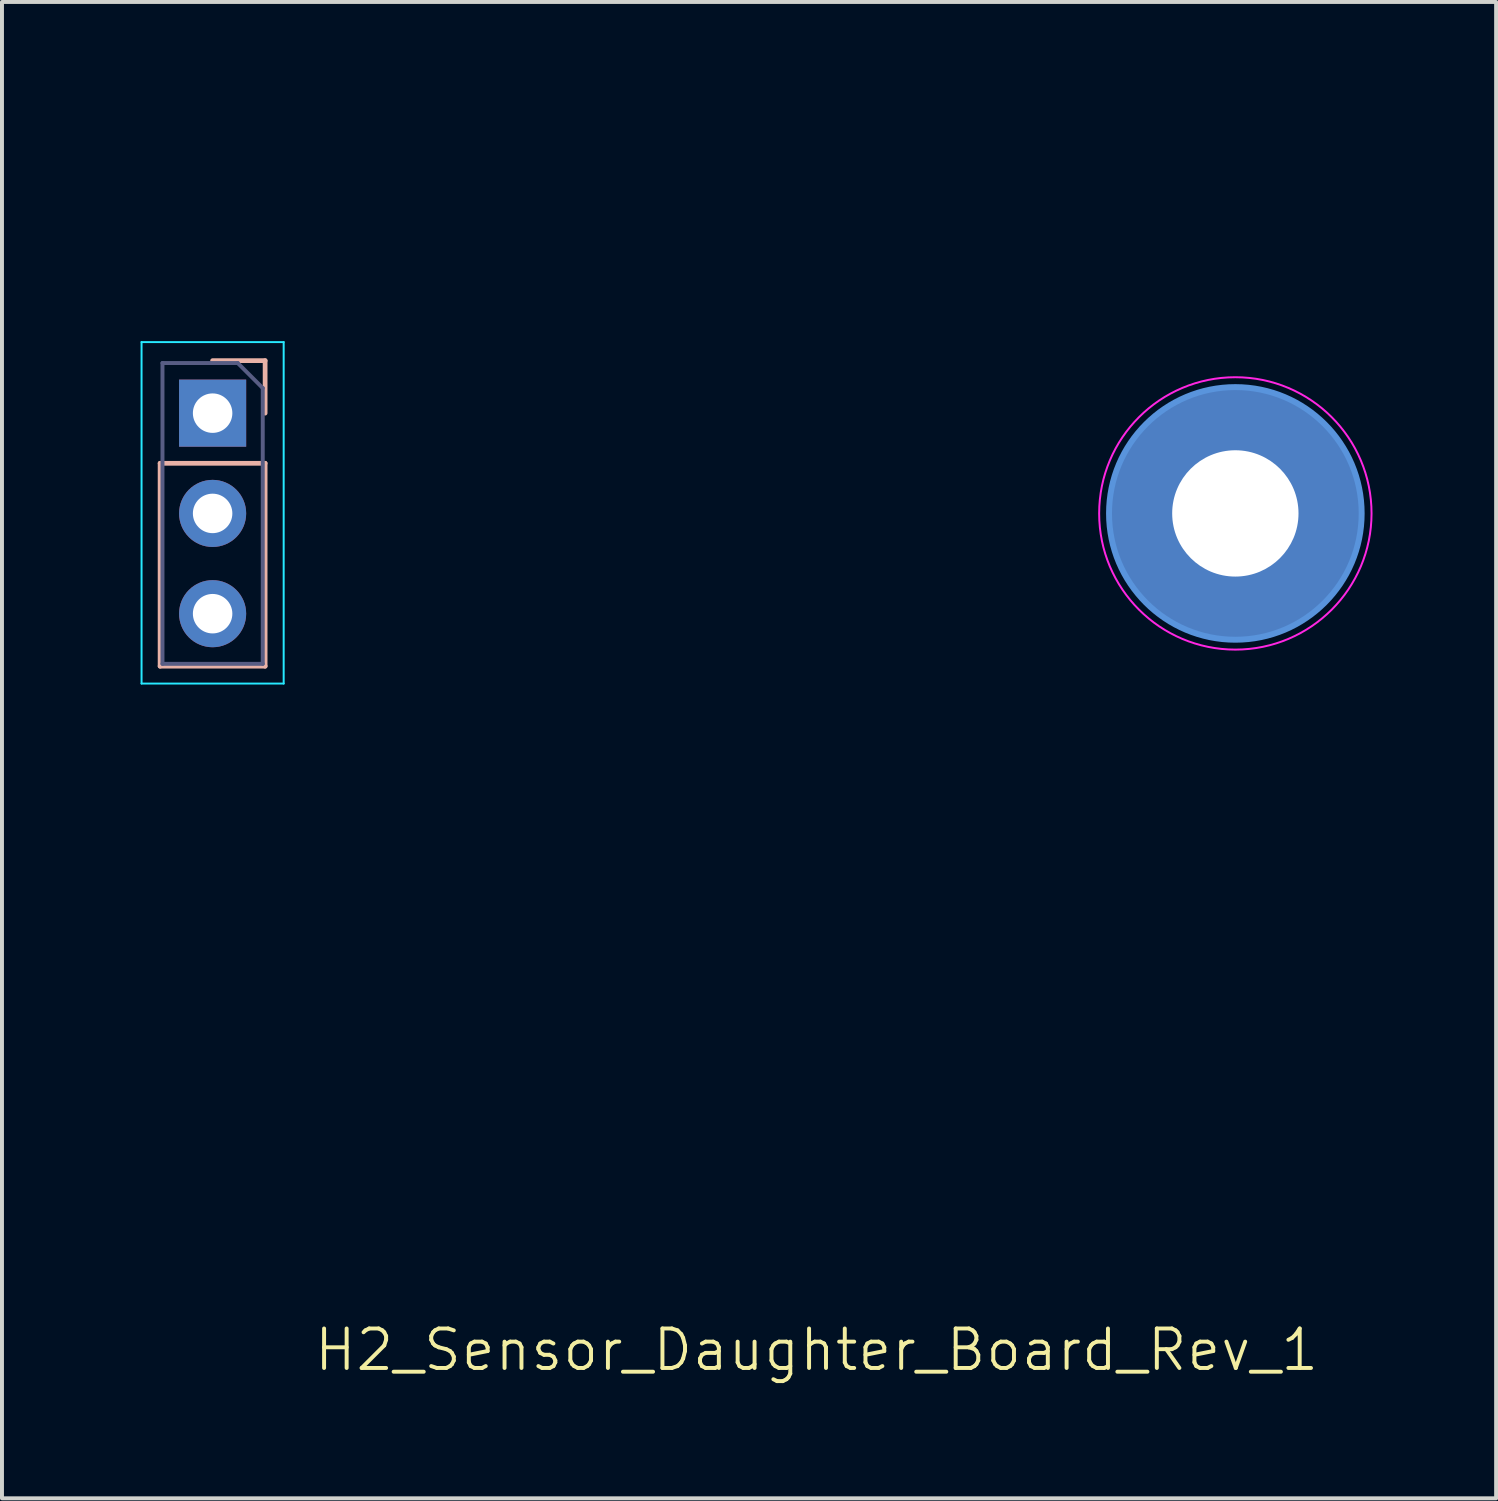
<source format=kicad_pcb>
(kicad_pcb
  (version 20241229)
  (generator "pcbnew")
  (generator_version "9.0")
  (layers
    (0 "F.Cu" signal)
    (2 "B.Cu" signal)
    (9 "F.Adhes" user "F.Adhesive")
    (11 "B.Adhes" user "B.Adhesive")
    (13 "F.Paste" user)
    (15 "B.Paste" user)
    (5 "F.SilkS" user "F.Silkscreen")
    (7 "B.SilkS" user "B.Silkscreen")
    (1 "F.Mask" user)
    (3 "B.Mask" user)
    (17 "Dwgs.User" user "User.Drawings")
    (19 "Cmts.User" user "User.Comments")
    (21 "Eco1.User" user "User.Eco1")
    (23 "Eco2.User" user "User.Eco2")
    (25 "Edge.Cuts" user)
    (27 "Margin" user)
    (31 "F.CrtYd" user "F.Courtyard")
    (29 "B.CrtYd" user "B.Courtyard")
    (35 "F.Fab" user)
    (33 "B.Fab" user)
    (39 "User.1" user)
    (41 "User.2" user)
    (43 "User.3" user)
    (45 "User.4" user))
  (footprint "H2_Sensor_Daughter_Board_Rev_1"
    (layer "F.Cu")
    (at 2.336 9.956)
    (property "Reference" "H2_Sensor_Daughter_Board_Rev_1" (at 15.3 21.19 0) (unlocked yes) (layer "F.SilkS") (effects (font (size 1 1) (thickness 0.1))))
    (attr through_hole)
    (fp_line (start -1.33 -1.27) (end -1.33 3.87) (stroke (width 0.12) (type solid)) (layer "B.SilkS"))
    (fp_line (start 1.33 -3.87) (end 0 -3.87) (stroke (width 0.12) (type solid)) (layer "B.SilkS"))
    (fp_line (start 1.33 -2.54) (end 1.33 -3.87) (stroke (width 0.12) (type solid)) (layer "B.SilkS"))
    (fp_line (start 1.33 -1.27) (end -1.33 -1.27) (stroke (width 0.12) (type solid)) (layer "B.SilkS"))
    (fp_line (start 1.33 -1.27) (end 1.33 3.87) (stroke (width 0.12) (type solid)) (layer "B.SilkS"))
    (fp_line (start 1.33 3.87) (end -1.33 3.87) (stroke (width 0.12) (type solid)) (layer "B.SilkS"))
    (fp_circle (center 25.908 0) (end 29.108 0) (stroke (width 0.15) (type solid)) (fill no) (layer "Cmts.User"))
    (fp_line (start -1.8 -4.34) (end 1.8 -4.34) (stroke (width 0.05) (type solid)) (layer "B.CrtYd"))
    (fp_line (start -1.8 4.31) (end -1.8 -4.34) (stroke (width 0.05) (type solid)) (layer "B.CrtYd"))
    (fp_line (start 1.8 -4.34) (end 1.8 4.31) (stroke (width 0.05) (type solid)) (layer "B.CrtYd"))
    (fp_line (start 1.8 4.31) (end -1.8 4.31) (stroke (width 0.05) (type solid)) (layer "B.CrtYd"))
    (fp_circle (center 25.908 0) (end 29.358 0) (stroke (width 0.05) (type solid)) (fill no) (layer "F.CrtYd"))
    (fp_line (start -1.27 -3.81) (end -1.27 3.81) (stroke (width 0.1) (type solid)) (layer "B.Fab"))
    (fp_line (start -1.27 3.81) (end 1.27 3.81) (stroke (width 0.1) (type solid)) (layer "B.Fab"))
    (fp_line (start 0.635 -3.81) (end -1.27 -3.81) (stroke (width 0.1) (type solid)) (layer "B.Fab"))
    (fp_line (start 1.27 -3.175) (end 0.635 -3.81) (stroke (width 0.1) (type solid)) (layer "B.Fab"))
    (fp_line (start 1.27 3.81) (end 1.27 -3.175) (stroke (width 0.1) (type solid)) (layer "B.Fab"))
    (fp_line (start -2.286 5.414) (end -2.286 -4.906) (stroke (width 0.1) (type default)) (layer "User.1"))
    (fp_line (start 2.714 -9.906) (end 24.464 -9.906) (stroke (width 0.1) (type default)) (layer "User.1"))
    (fp_line (start 24.464 10.414) (end 2.714 10.414) (stroke (width 0.1) (type default)) (layer "User.1"))
    (fp_line (start 29.464 -4.906) (end 29.464 5.414) (stroke (width 0.1) (type default)) (layer "User.1"))
    (fp_arc (start -2.286 -4.906) (mid -0.821534 -8.441533) (end 2.714 -9.906) (stroke (width 0.1) (type default)) (layer "User.1"))
    (fp_arc (start 2.714 10.414) (mid -0.821533 8.949534) (end -2.286 5.414) (stroke (width 0.1) (type default)) (layer "User.1"))
    (fp_arc (start 24.464 -9.906) (mid 27.999533 -8.441534) (end 29.464 -4.906) (stroke (width 0.1) (type default)) (layer "User.1"))
    (fp_arc (start 29.464 5.414) (mid 27.999535 8.949534) (end 24.464 10.414) (stroke (width 0.1) (type default)) (layer "User.1"))
    (pad "" thru_hole circle (at 25.908 0) (size 6.4 6.4) (drill 3.2) (layers "*.Cu" "*.Mask"))
    (pad "1" thru_hole rect (at 0 -2.54 180) (size 1.7 1.7) (drill 1) (layers "*.Cu" "*.Mask"))
    (pad "2" thru_hole oval (at 0 0 180) (size 1.7 1.7) (drill 1) (layers "*.Cu" "*.Mask"))
    (pad "3" thru_hole oval (at 0 2.54 180) (size 1.7 1.7) (drill 1) (layers "*.Cu" "*.Mask")))
  (gr_rect
    (start -3 -3)
    (end 34.85 34.906)
    (stroke (width 0.1) (type default))
    (fill no)
    (layer "Edge.Cuts")))
</source>
